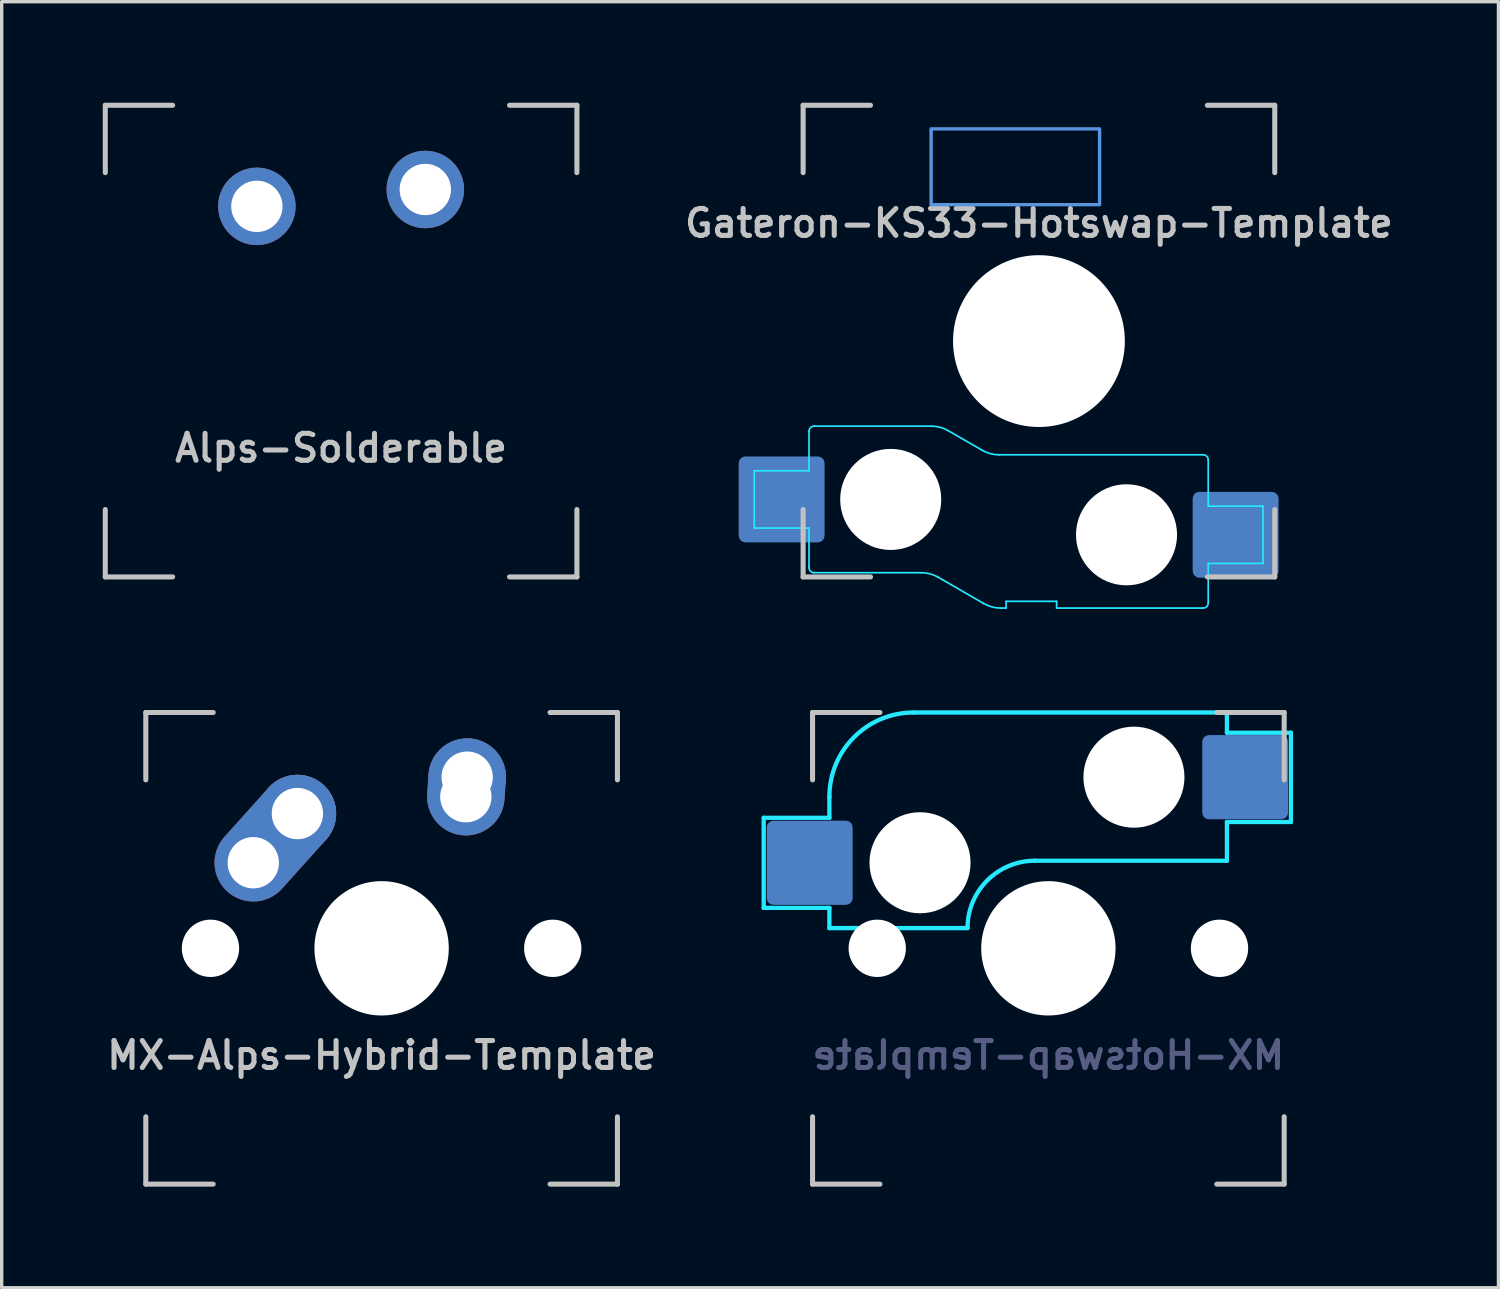
<source format=kicad_pcb>
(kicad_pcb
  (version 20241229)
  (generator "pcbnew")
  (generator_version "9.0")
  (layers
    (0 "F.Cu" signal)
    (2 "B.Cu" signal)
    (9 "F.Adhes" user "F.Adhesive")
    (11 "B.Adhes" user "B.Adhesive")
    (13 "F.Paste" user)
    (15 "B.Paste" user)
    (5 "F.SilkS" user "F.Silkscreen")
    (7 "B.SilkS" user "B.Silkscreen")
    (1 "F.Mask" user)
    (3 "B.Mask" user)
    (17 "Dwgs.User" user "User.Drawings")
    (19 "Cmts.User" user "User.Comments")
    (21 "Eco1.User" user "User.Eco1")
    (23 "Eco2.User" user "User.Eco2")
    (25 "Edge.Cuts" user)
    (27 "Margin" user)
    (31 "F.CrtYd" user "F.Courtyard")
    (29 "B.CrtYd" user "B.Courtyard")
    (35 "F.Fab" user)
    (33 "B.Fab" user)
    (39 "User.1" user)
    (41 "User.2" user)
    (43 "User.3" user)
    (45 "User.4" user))
  (footprint "Gateron-KS33-Hotswap-Template"
    (layer "F.Cu")
    (at 27.79 7.075)
    (property "Reference" "Gateron-KS33-Hotswap-Template" (at 0 -3.5 0) (layer "Dwgs.User") (effects (font (size 0.8 0.8) (thickness 0.15))))
    (attr smd)
    (fp_line (start -7 -7) (end -7 -5) (stroke (width 0.15) (type solid)) (layer "Dwgs.User"))
    (fp_line (start -7 5) (end -7 7) (stroke (width 0.15) (type solid)) (layer "Dwgs.User"))
    (fp_line (start -7 7) (end -5 7) (stroke (width 0.15) (type solid)) (layer "Dwgs.User"))
    (fp_line (start -5 -7) (end -7 -7) (stroke (width 0.15) (type solid)) (layer "Dwgs.User"))
    (fp_line (start 5 -7) (end 7 -7) (stroke (width 0.15) (type solid)) (layer "Dwgs.User"))
    (fp_line (start 5 7) (end 7 7) (stroke (width 0.15) (type solid)) (layer "Dwgs.User"))
    (fp_line (start 7 -7) (end 7 -5) (stroke (width 0.15) (type solid)) (layer "Dwgs.User"))
    (fp_line (start 7 7) (end 7 5) (stroke (width 0.15) (type solid)) (layer "Dwgs.User"))
    (fp_rect (start -3.2 -6.3) (end 1.8 -4.05) (stroke (width 0.1) (type default)) (fill no) (layer "Cmts.User"))
    (fp_line (start -8.45 3.85) (end -8.45 5.55) (stroke (width 0.05) (type solid)) (layer "B.CrtYd"))
    (fp_line (start -8.45 5.55) (end -6.825 5.55) (stroke (width 0.05) (type solid)) (layer "B.CrtYd"))
    (fp_line (start -6.825 2.675) (end -6.825 3.85) (stroke (width 0.05) (type solid)) (layer "B.CrtYd"))
    (fp_line (start -6.825 3.85) (end -8.45 3.85) (stroke (width 0.05) (type solid)) (layer "B.CrtYd"))
    (fp_line (start -6.825 5.55) (end -6.825 6.725) (stroke (width 0.05) (type solid)) (layer "B.CrtYd"))
    (fp_line (start -6.675 6.875) (end -3.493 6.875) (stroke (width 0.05) (type solid)) (layer "B.CrtYd"))
    (fp_line (start -3.193 2.525) (end -6.675 2.525) (stroke (width 0.05) (type solid)) (layer "B.CrtYd"))
    (fp_line (start -2.993 7.009) (end -1.638 7.791) (stroke (width 0.05) (type solid)) (layer "B.CrtYd"))
    (fp_line (start -1.685 3.241) (end -2.693 2.659) (stroke (width 0.05) (type solid)) (layer "B.CrtYd"))
    (fp_line (start -1.138 7.925) (end -0.975 7.925) (stroke (width 0.05) (type solid)) (layer "B.CrtYd"))
    (fp_line (start -0.975 7.725) (end 0.525 7.725) (stroke (width 0.05) (type solid)) (layer "B.CrtYd"))
    (fp_line (start -0.975 7.925) (end -0.975 7.725) (stroke (width 0.05) (type solid)) (layer "B.CrtYd"))
    (fp_line (start 0.525 7.725) (end 0.525 7.925) (stroke (width 0.05) (type solid)) (layer "B.CrtYd"))
    (fp_line (start 0.525 7.925) (end 4.875 7.925) (stroke (width 0.05) (type solid)) (layer "B.CrtYd"))
    (fp_line (start 4.875 3.375) (end -1.185 3.375) (stroke (width 0.05) (type solid)) (layer "B.CrtYd"))
    (fp_line (start 5.025 4.9) (end 5.025 3.525) (stroke (width 0.05) (type solid)) (layer "B.CrtYd"))
    (fp_line (start 5.025 6.6) (end 6.65 6.6) (stroke (width 0.05) (type solid)) (layer "B.CrtYd"))
    (fp_line (start 5.025 7.775) (end 5.025 6.6) (stroke (width 0.05) (type solid)) (layer "B.CrtYd"))
    (fp_line (start 6.65 4.9) (end 5.025 4.9) (stroke (width 0.05) (type solid)) (layer "B.CrtYd"))
    (fp_line (start 6.65 6.6) (end 6.65 4.9) (stroke (width 0.05) (type solid)) (layer "B.CrtYd"))
    (fp_arc (start -6.825 2.675) (mid -6.781066 2.568934) (end -6.675 2.525) (stroke (width 0.05) (type solid)) (layer "B.CrtYd"))
    (fp_arc (start -6.675 6.875) (mid -6.781066 6.831066) (end -6.825 6.725) (stroke (width 0.05) (type solid)) (layer "B.CrtYd"))
    (fp_arc (start -3.492949 6.875) (mid -3.23413 6.909074) (end -2.992949 7.008975) (stroke (width 0.05) (type solid)) (layer "B.CrtYd"))
    (fp_arc (start -3.192949 2.525) (mid -2.93413 2.559074) (end -2.692949 2.658975) (stroke (width 0.05) (type solid)) (layer "B.CrtYd"))
    (fp_arc (start -1.184808 3.375) (mid -1.443627 3.340926) (end -1.684808 3.241025) (stroke (width 0.05) (type solid)) (layer "B.CrtYd"))
    (fp_arc (start -1.138397 7.925) (mid -1.397216 7.890926) (end -1.638397 7.791025) (stroke (width 0.05) (type solid)) (layer "B.CrtYd"))
    (fp_arc (start 4.875 3.375) (mid 4.981066 3.418934) (end 5.025 3.525) (stroke (width 0.05) (type solid)) (layer "B.CrtYd"))
    (fp_arc (start 5.025 7.775) (mid 4.981066 7.881066) (end 4.875 7.925) (stroke (width 0.05) (type solid)) (layer "B.CrtYd"))
    (pad "" np_thru_hole circle (at -4.4 4.7 180) (size 3 3) (drill 3) (layers "*.Cu" "*.Mask"))
    (pad "" np_thru_hole circle (at 0 0 180) (size 5.1 5.1) (drill 5.1) (layers "*.Cu" "*.Mask"))
    (pad "" np_thru_hole circle (at 2.6 5.75 180) (size 3 3) (drill 3) (layers "*.Cu" "*.Mask"))
    (pad "1" smd roundrect (at -7.638 4.7 180) (size 2.55 2.55) (layers "B.Cu" "B.Mask" "B.Paste") (roundrect_rratio 0.078))
    (pad "2" smd roundrect (at 5.838 5.75 180) (size 2.55 2.55) (layers "B.Cu" "B.Mask" "B.Paste") (roundrect_rratio 0.078)))
  (footprint "MX-Alps-Hybrid-Template"
    (layer "F.Cu")
    (at 8.278 25.1)
    (property "Reference" "MX-Alps-Hybrid-Template" (at 0 3.175 0) (layer "Dwgs.User") (effects (font (size 0.8 0.8) (thickness 0.15))))
    (attr through_hole)
    (fp_line (start -7 -7) (end -7 -5) (stroke (width 0.15) (type solid)) (layer "Dwgs.User"))
    (fp_line (start -7 5) (end -7 7) (stroke (width 0.15) (type solid)) (layer "Dwgs.User"))
    (fp_line (start -7 7) (end -5 7) (stroke (width 0.15) (type solid)) (layer "Dwgs.User"))
    (fp_line (start -5 -7) (end -7 -7) (stroke (width 0.15) (type solid)) (layer "Dwgs.User"))
    (fp_line (start 5 -7) (end 7 -7) (stroke (width 0.15) (type solid)) (layer "Dwgs.User"))
    (fp_line (start 5 7) (end 7 7) (stroke (width 0.15) (type solid)) (layer "Dwgs.User"))
    (fp_line (start 7 -7) (end 7 -5) (stroke (width 0.15) (type solid)) (layer "Dwgs.User"))
    (fp_line (start 7 7) (end 7 5) (stroke (width 0.15) (type solid)) (layer "Dwgs.User"))
    (pad "" np_thru_hole circle (at -5.08 0 48.099) (size 1.702 1.702) (drill 1.702) (layers "*.Cu" "*.Mask"))
    (pad "" np_thru_hole circle (at 0 0) (size 3.988 3.988) (drill 3.988) (layers "*.Cu" "*.Mask"))
    (pad "" np_thru_hole circle (at 5.08 0 48.099) (size 1.702 1.702) (drill 1.702) (layers "*.Cu" "*.Mask"))
    (pad "1" thru_hole oval (at -3.81 -2.54 48.099) (size 4.262 2.3) (drill 1.524 (offset 0.981 0)) (layers "*.Cu" "*.Mask"))
    (pad "1" thru_hole circle (at -2.5 -4) (size 2.3 2.3) (drill 1.524) (layers "*.Cu" "*.Mask"))
    (pad "2" thru_hole oval (at 2.5 -4.5 86.054) (size 2.881 2.3) (drill 1.524 (offset 0.291 0)) (layers "*.Cu" "*.Mask"))
    (pad "2" thru_hole circle (at 2.54 -5.08) (size 2.3 2.3) (drill 1.524) (layers "*.Cu" "*.Mask")))
  (footprint "Alps-Solderable"
    (layer "F.Cu")
    (at 7.075 7.075)
    (property "Reference" "Alps-Solderable" (at 0 3.175 0) (layer "Dwgs.User") (effects (font (size 0.8 0.8) (thickness 0.15))))
    (attr through_hole)
    (fp_line (start -7 -7) (end -7 -5) (stroke (width 0.15) (type solid)) (layer "Dwgs.User"))
    (fp_line (start -7 5) (end -7 7) (stroke (width 0.15) (type solid)) (layer "Dwgs.User"))
    (fp_line (start -7 7) (end -5 7) (stroke (width 0.15) (type solid)) (layer "Dwgs.User"))
    (fp_line (start -5 -7) (end -7 -7) (stroke (width 0.15) (type solid)) (layer "Dwgs.User"))
    (fp_line (start 5 -7) (end 7 -7) (stroke (width 0.15) (type solid)) (layer "Dwgs.User"))
    (fp_line (start 5 7) (end 7 7) (stroke (width 0.15) (type solid)) (layer "Dwgs.User"))
    (fp_line (start 7 -7) (end 7 -5) (stroke (width 0.15) (type solid)) (layer "Dwgs.User"))
    (fp_line (start 7 7) (end 7 5) (stroke (width 0.15) (type solid)) (layer "Dwgs.User"))
    (pad "1" thru_hole circle (at -2.5 -4) (size 2.3 2.3) (drill 1.524) (layers "*.Cu" "B.Mask"))
    (pad "2" thru_hole circle (at 2.5 -4.5) (size 2.3 2.3) (drill 1.524) (layers "*.Cu" "B.Mask")))
  (footprint "MX-Hotswap-Template"
    (layer "F.Cu")
    (at 28.07 25.1)
    (property "Reference" "MX-Hotswap-Template" (at 0 3.175 0) (layer "B.Fab") (effects (font (size 0.8 0.8) (thickness 0.15)) (justify mirror)))
    (attr smd)
    (fp_line (start -7 -7) (end -7 -5) (stroke (width 0.15) (type solid)) (layer "Dwgs.User"))
    (fp_line (start -7 5) (end -7 7) (stroke (width 0.15) (type solid)) (layer "Dwgs.User"))
    (fp_line (start -7 7) (end -5 7) (stroke (width 0.15) (type solid)) (layer "Dwgs.User"))
    (fp_line (start -5 -7) (end -7 -7) (stroke (width 0.15) (type solid)) (layer "Dwgs.User"))
    (fp_line (start 5 -7) (end 7 -7) (stroke (width 0.15) (type solid)) (layer "Dwgs.User"))
    (fp_line (start 5 7) (end 7 7) (stroke (width 0.15) (type solid)) (layer "Dwgs.User"))
    (fp_line (start 7 -7) (end 7 -5) (stroke (width 0.15) (type solid)) (layer "Dwgs.User"))
    (fp_line (start 7 7) (end 7 5) (stroke (width 0.15) (type solid)) (layer "Dwgs.User"))
    (fp_line (start -8.45 -3.875) (end -8.45 -1.2) (stroke (width 0.127) (type solid)) (layer "B.CrtYd"))
    (fp_line (start -8.45 -1.2) (end -6.5 -1.2) (stroke (width 0.127) (type solid)) (layer "B.CrtYd"))
    (fp_line (start -6.5 -4.5) (end -6.5 -3.875) (stroke (width 0.127) (type solid)) (layer "B.CrtYd"))
    (fp_line (start -6.5 -3.875) (end -8.45 -3.875) (stroke (width 0.127) (type solid)) (layer "B.CrtYd"))
    (fp_line (start -6.5 -0.6) (end -6.5 -1.2) (stroke (width 0.127) (type solid)) (layer "B.CrtYd"))
    (fp_line (start -6.5 -0.6) (end -2.4 -0.6) (stroke (width 0.127) (type solid)) (layer "B.CrtYd"))
    (fp_line (start -0.4 -2.6) (end 5.3 -2.6) (stroke (width 0.127) (type solid)) (layer "B.CrtYd"))
    (fp_line (start 5.3 -7) (end -4 -7) (stroke (width 0.127) (type solid)) (layer "B.CrtYd"))
    (fp_line (start 5.3 -7) (end 5.3 -6.4) (stroke (width 0.127) (type solid)) (layer "B.CrtYd"))
    (fp_line (start 5.3 -6.4) (end 7.2 -6.4) (stroke (width 0.127) (type solid)) (layer "B.CrtYd"))
    (fp_line (start 5.3 -2.6) (end 5.3 -3.75) (stroke (width 0.127) (type solid)) (layer "B.CrtYd"))
    (fp_line (start 7.2 -6.4) (end 7.2 -3.75) (stroke (width 0.127) (type solid)) (layer "B.CrtYd"))
    (fp_line (start 7.2 -3.75) (end 5.3 -3.75) (stroke (width 0.127) (type solid)) (layer "B.CrtYd"))
    (fp_arc (start -6.5 -4.5) (mid -5.767767 -6.267767) (end -4 -7) (stroke (width 0.127) (type solid)) (layer "B.CrtYd"))
    (fp_arc (start -2.4 -0.6) (mid -1.814214 -2.014214) (end -0.4 -2.6) (stroke (width 0.127) (type solid)) (layer "B.CrtYd"))
    (pad "" np_thru_hole circle (at -5.08 0 48.099) (size 1.702 1.702) (drill 1.702) (layers "*.Cu" "*.Mask"))
    (pad "" np_thru_hole circle (at -3.81 -2.54) (size 3 3) (drill 3) (layers "*.Cu" "*.Mask"))
    (pad "" np_thru_hole circle (at 0 0) (size 3.988 3.988) (drill 3.988) (layers "*.Cu" "*.Mask"))
    (pad "" np_thru_hole circle (at 2.54 -5.08) (size 3 3) (drill 3) (layers "*.Cu" "*.Mask"))
    (pad "" np_thru_hole circle (at 5.08 0 48.099) (size 1.702 1.702) (drill 1.702) (layers "*.Cu" "*.Mask"))
    (pad "1" smd roundrect (at -7.085 -2.54) (size 2.55 2.5) (layers "B.Cu" "B.Mask" "B.Paste") (roundrect_rratio 0.08))
    (pad "2" smd roundrect (at 5.842 -5.08) (size 2.55 2.5) (layers "B.Cu" "B.Mask" "B.Paste") (roundrect_rratio 0.08)))
  (gr_rect
    (start -3 -3)
    (end 41.43 35.175)
    (stroke (width 0.1) (type default))
    (fill no)
    (layer "Edge.Cuts")))
</source>
